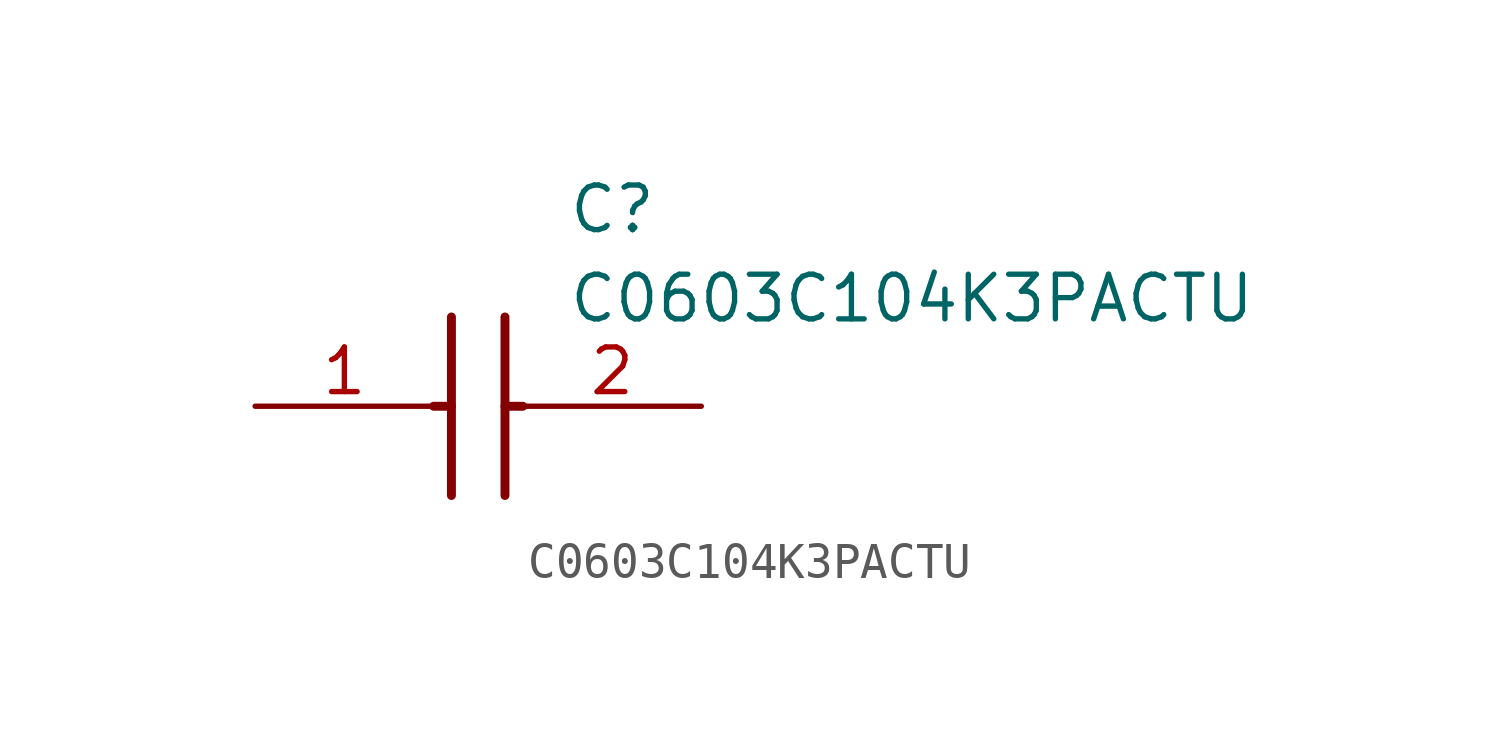
<source format=kicad_sym>
(kicad_symbol_lib
  (version 20211014)
  (generator SamacSys_ECAD_Model)
  (symbol "C0603C104K3PACTU"
    (pin_names hide)
    (property "Reference" "C"
      (at 8.89 6.35 0)
      (effects (font (size 1.27 1.27)) (justify left top)))
    (property "Value" "C0603C104K3PACTU"
      (at 8.89 3.81 0)
      (effects (font (size 1.27 1.27)) (justify left top)))
    (polyline
      (pts (xy 5.588 2.54) (xy 5.588 -2.54))
      (stroke (width 0.254) (type default))
      (fill (type none)))
    (polyline
      (pts (xy 7.112 2.54) (xy 7.112 -2.54))
      (stroke (width 0.254) (type default))
      (fill (type none)))
    (polyline
      (pts (xy 5.08 0) (xy 5.588 0))
      (stroke (width 0.254) (type default))
      (fill (type none)))
    (polyline
      (pts (xy 7.112 0) (xy 7.62 0))
      (stroke (width 0.254) (type default))
      (fill (type none)))
    (pin passive line
      (at 0 0 0)
      (length 5.08)
      (name "1" (effects (font (size 1.27 1.27))))
      (number "1" (effects (font (size 1.27 1.27)))))
    (pin passive line
      (at 12.7 0 180)
      (length 5.08)
      (name "2" (effects (font (size 1.27 1.27))))
      (number "2" (effects (font (size 1.27 1.27)))))))
</source>
